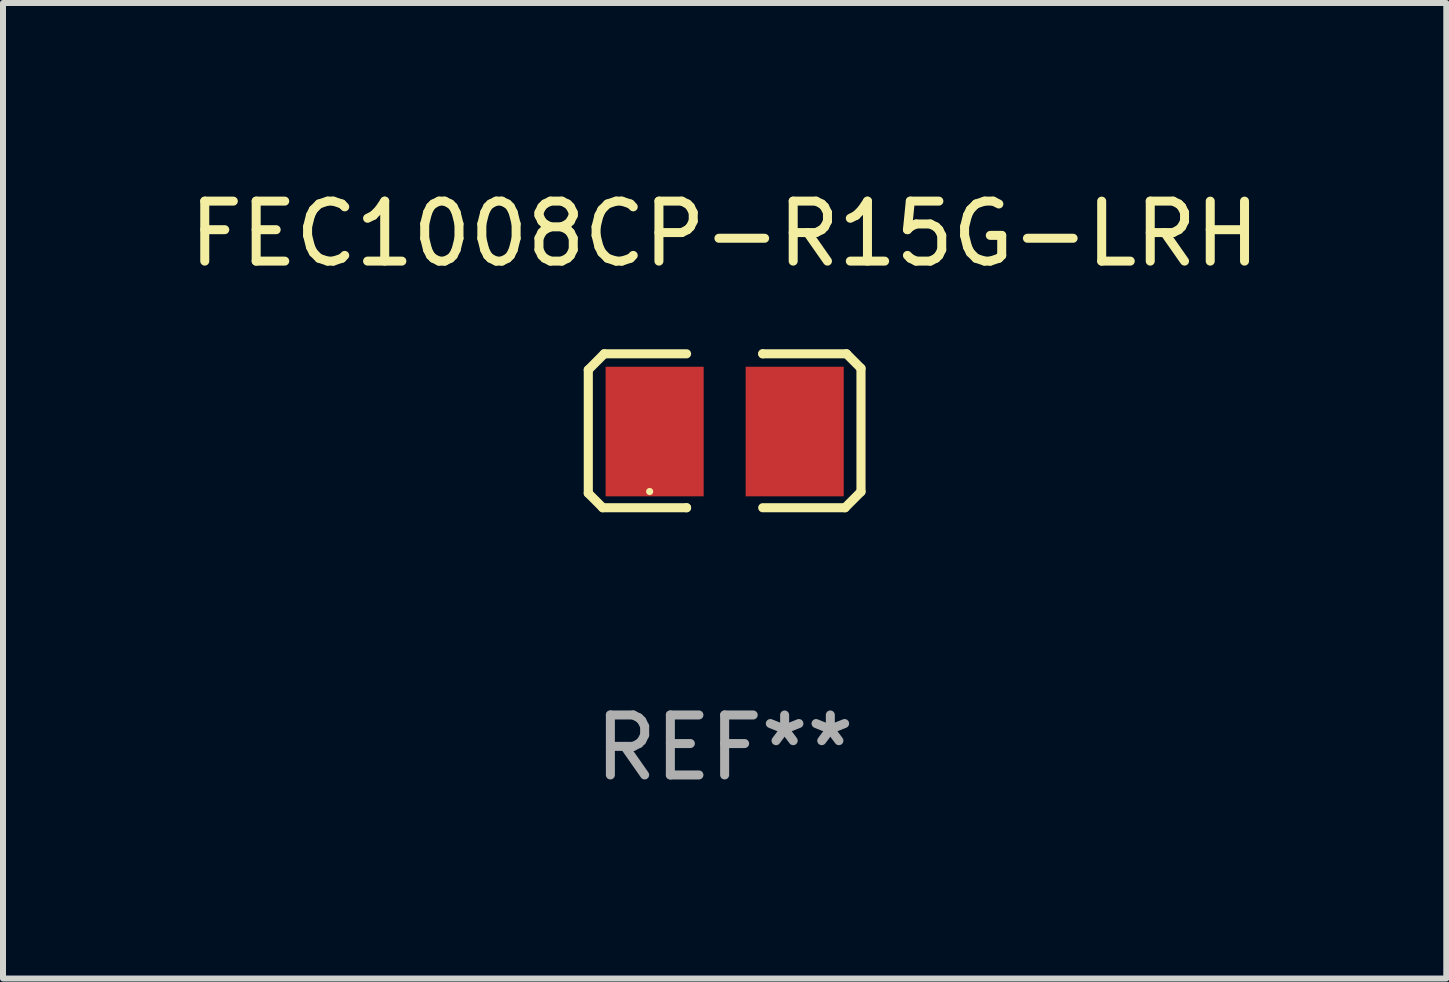
<source format=kicad_pcb>
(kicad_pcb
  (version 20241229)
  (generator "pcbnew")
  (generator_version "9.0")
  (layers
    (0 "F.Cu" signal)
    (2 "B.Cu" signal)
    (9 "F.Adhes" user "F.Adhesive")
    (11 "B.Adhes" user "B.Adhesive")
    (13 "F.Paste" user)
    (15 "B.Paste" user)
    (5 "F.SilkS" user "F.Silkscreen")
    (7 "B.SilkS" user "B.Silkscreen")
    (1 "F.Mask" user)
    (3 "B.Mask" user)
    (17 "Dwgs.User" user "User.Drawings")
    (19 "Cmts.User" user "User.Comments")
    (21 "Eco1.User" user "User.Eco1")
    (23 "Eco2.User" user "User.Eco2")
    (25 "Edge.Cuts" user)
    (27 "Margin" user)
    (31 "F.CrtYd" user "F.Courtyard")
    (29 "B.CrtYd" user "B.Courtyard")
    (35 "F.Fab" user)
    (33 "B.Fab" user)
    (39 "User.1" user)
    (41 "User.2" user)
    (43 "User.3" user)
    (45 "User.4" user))
  (footprint "FEC1008CP-R15G-LRH"
    (layer "F.Cu")
    (at 9.03 4.131)
    (property "Reference" "FEC1008CP-R15G-LRH" (at 0 -3.283 0) (layer "F.SilkS") (effects (font (size 1 1) (thickness 0.15))))
    (attr through_hole)
    (fp_line (start -2.273 -1.016) (end -2.007 -1.283) (stroke (width 0.152) (type solid)) (layer "F.SilkS"))
    (fp_line (start -2.273 1.041) (end -2.273 -1.016) (stroke (width 0.152) (type solid)) (layer "F.SilkS"))
    (fp_line (start -2.032 1.283) (end -2.273 1.041) (stroke (width 0.152) (type solid)) (layer "F.SilkS"))
    (fp_line (start -2.007 -1.283) (end -0.635 -1.283) (stroke (width 0.152) (type solid)) (layer "F.SilkS"))
    (fp_line (start -0.635 1.283) (end -2.032 1.283) (stroke (width 0.152) (type solid)) (layer "F.SilkS"))
    (fp_line (start -0.635 1.283) (end -0.635 1.283) (stroke (width 0.152) (type solid)) (layer "F.SilkS"))
    (fp_line (start 0.635 -1.283) (end 0.635 -1.283) (stroke (width 0.152) (type solid)) (layer "F.SilkS"))
    (fp_line (start 0.635 -1.283) (end 2.032 -1.283) (stroke (width 0.152) (type solid)) (layer "F.SilkS"))
    (fp_line (start 2.007 1.283) (end 0.635 1.283) (stroke (width 0.152) (type solid)) (layer "F.SilkS"))
    (fp_line (start 2.032 -1.283) (end 2.273 -1.041) (stroke (width 0.152) (type solid)) (layer "F.SilkS"))
    (fp_line (start 2.273 -1.041) (end 2.273 1.016) (stroke (width 0.152) (type solid)) (layer "F.SilkS"))
    (fp_line (start 2.273 1.016) (end 2.007 1.283) (stroke (width 0.152) (type solid)) (layer "F.SilkS"))
    (fp_circle (center -1.25 1.013) (end -1.22 1.013) (stroke (width 0.06) (type solid)) (fill no) (layer "F.SilkS"))
    (fp_text user "REF**" (at 0 5.283 0) (layer "F.Fab") (effects (font (size 1 1) (thickness 0.15))))
    (pad "1" smd rect (at -1.167 0.013) (size 1.635 2.16) (layers "F.Cu" "F.Mask" "F.Paste"))
    (pad "2" smd rect (at 1.168 0.013) (size 1.635 2.16) (layers "F.Cu" "F.Mask" "F.Paste")))
  (gr_rect
    (start -3 -3)
    (end 21.06 13.262)
    (stroke (width 0.1) (type default))
    (fill no)
    (layer "Edge.Cuts")))
</source>
